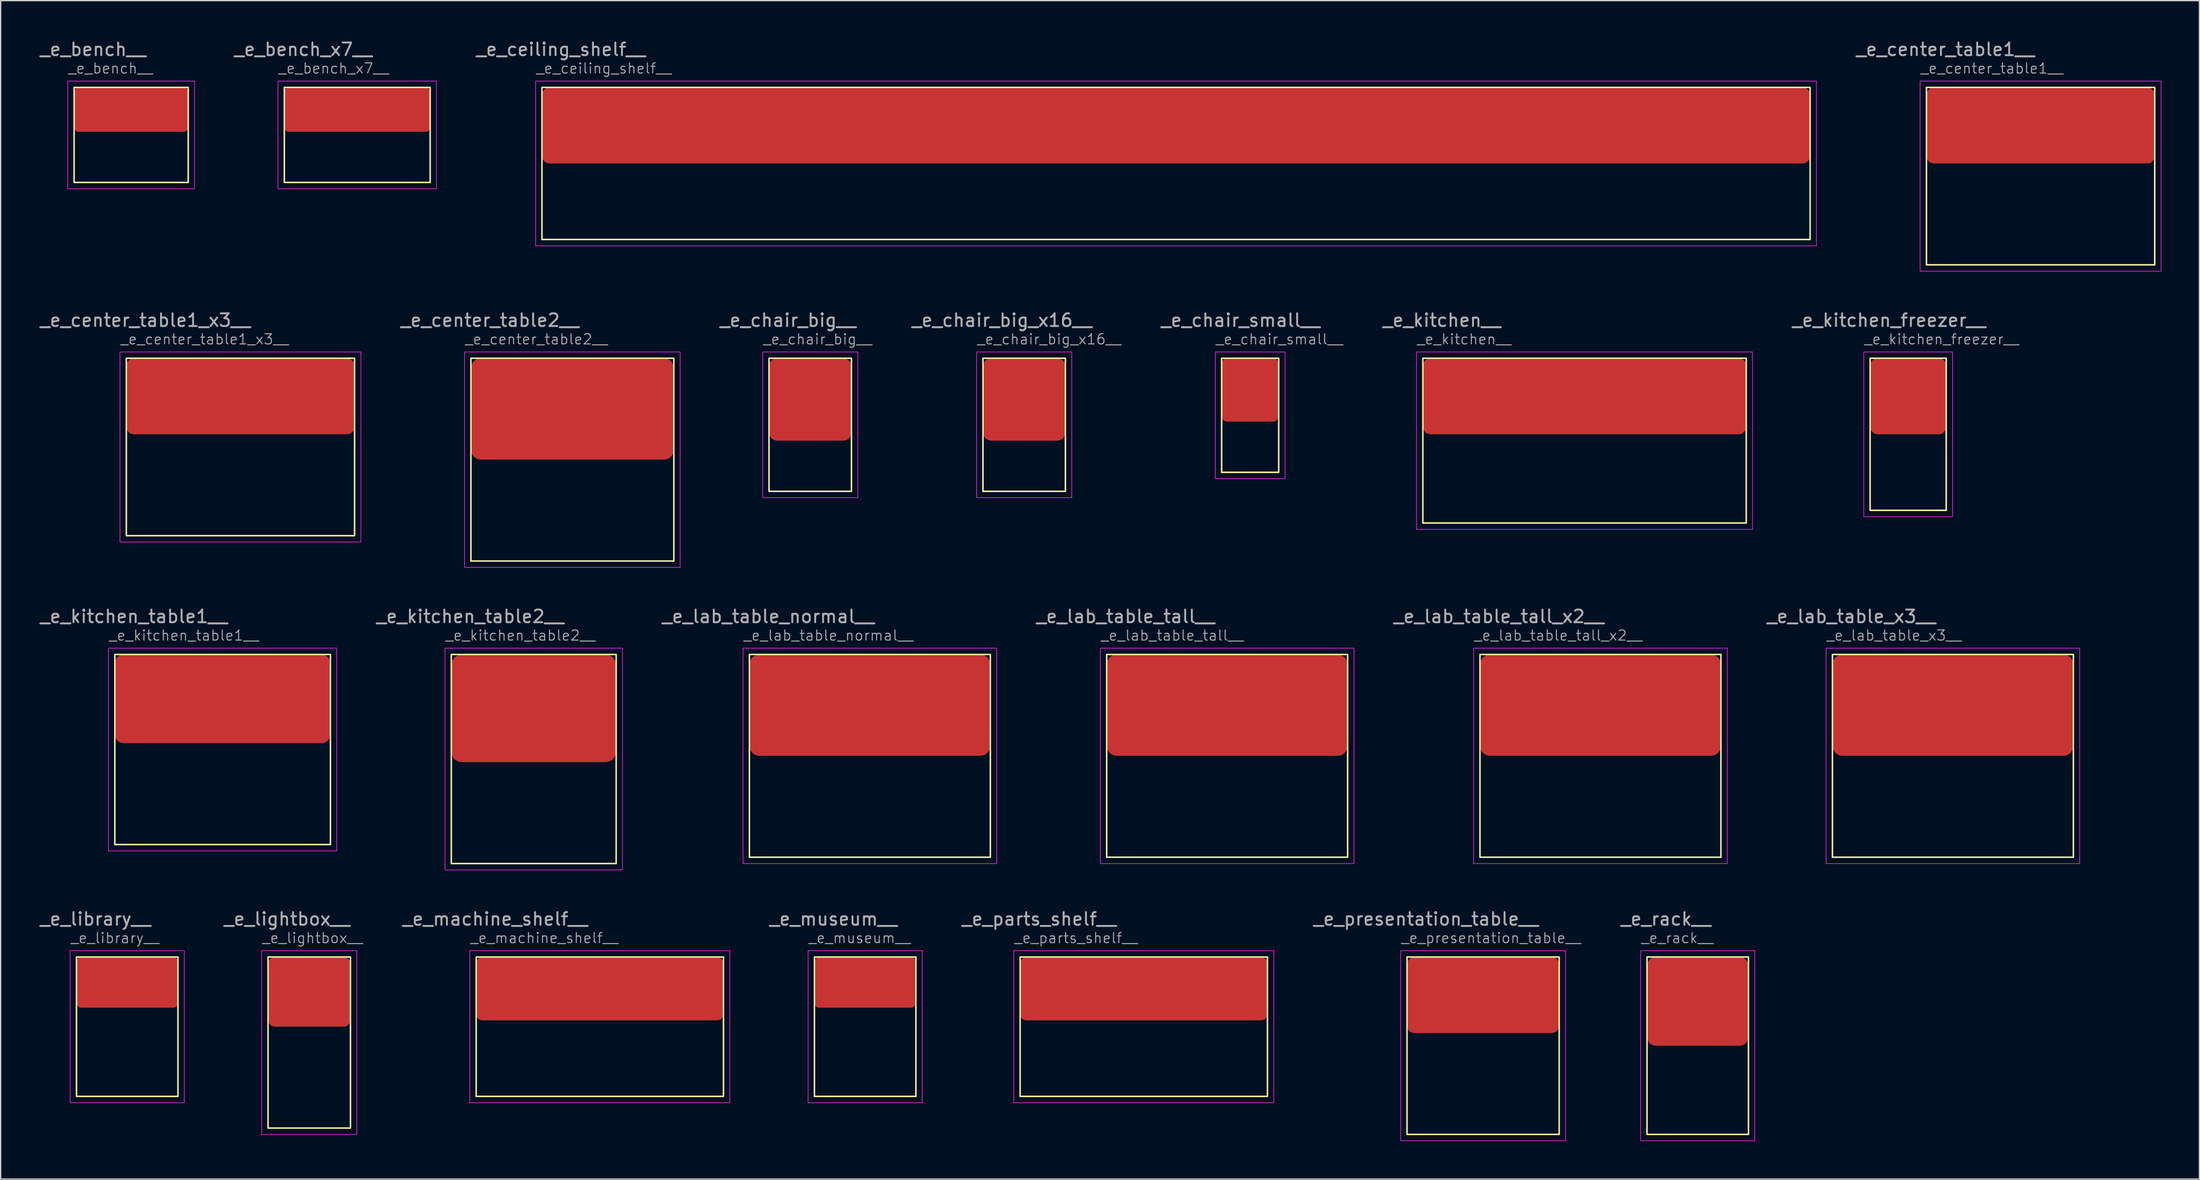
<source format=kicad_pcb>
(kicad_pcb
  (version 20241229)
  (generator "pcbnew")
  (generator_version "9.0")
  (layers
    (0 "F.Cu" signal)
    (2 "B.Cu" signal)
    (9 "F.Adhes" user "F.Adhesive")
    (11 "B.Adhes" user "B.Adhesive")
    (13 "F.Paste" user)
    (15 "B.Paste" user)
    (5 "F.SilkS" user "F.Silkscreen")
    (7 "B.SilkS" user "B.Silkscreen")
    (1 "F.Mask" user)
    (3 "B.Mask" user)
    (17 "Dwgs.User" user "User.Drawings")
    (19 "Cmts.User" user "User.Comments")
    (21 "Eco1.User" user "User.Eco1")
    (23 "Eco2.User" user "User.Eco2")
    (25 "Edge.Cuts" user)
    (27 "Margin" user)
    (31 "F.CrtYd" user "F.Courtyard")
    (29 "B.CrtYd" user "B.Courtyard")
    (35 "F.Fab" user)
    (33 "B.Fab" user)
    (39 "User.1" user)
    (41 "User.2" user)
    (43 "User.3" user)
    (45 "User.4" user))
  (footprint "_e_lab_table_tall__"
    (layer "F.Cu")
    (at 84.218 48.595)
    (property "Reference" "_e_lab_table_tall__" (at -0.5 -1.5 0) (unlocked yes) (layer "F.Fab") (effects (font (size 0.8 0.8) (thickness 0.08)) (justify left)))
    (attr smd)
    (fp_rect (start 0 0) (end 19 16) (stroke (width 0.12) (type solid)) (fill no) (layer "F.SilkS"))
    (fp_rect (start -0.5 -0.5) (end 19.5 16.5) (stroke (width 0.05) (type solid)) (fill no) (layer "F.CrtYd"))
    (fp_text user "${REFERENCE}" (at 1.5 -3 0) (unlocked yes) (layer "F.Fab") (effects (font (size 1 1) (thickness 0.15))))
    (pad "1" smd roundrect (at 9.5 4) (size 19 8) (layers "F.Cu" "F.Mask" "F.Paste") (roundrect_rratio 0.1)))
  (footprint "_e_kitchen_table2__"
    (layer "F.Cu")
    (at 32.537 48.595)
    (property "Reference" "_e_kitchen_table2__" (at -0.5 -1.5 0) (unlocked yes) (layer "F.Fab") (effects (font (size 0.8 0.8) (thickness 0.08)) (justify left)))
    (attr smd)
    (fp_rect (start 0 0) (end 13 16.5) (stroke (width 0.12) (type solid)) (fill no) (layer "F.SilkS"))
    (fp_rect (start -0.5 -0.5) (end 13.5 17) (stroke (width 0.05) (type solid)) (fill no) (layer "F.CrtYd"))
    (fp_text user "${REFERENCE}" (at 1.5 -3 0) (unlocked yes) (layer "F.Fab") (effects (font (size 1 1) (thickness 0.15))))
    (pad "1" smd roundrect (at 6.5 4.25) (size 13 8.5) (layers "F.Cu" "F.Mask" "F.Paste") (roundrect_rratio 0.1)))
  (footprint "_e_center_table1_x3__"
    (layer "F.Cu")
    (at 6.911 25.221)
    (property "Reference" "_e_center_table1_x3__" (at -0.5 -1.5 0) (unlocked yes) (layer "F.Fab") (effects (font (size 0.8 0.8) (thickness 0.08)) (justify left)))
    (attr smd)
    (fp_rect (start 0 0) (end 18 14) (stroke (width 0.12) (type solid)) (fill no) (layer "F.SilkS"))
    (fp_rect (start -0.5 -0.5) (end 18.5 14.5) (stroke (width 0.05) (type solid)) (fill no) (layer "F.CrtYd"))
    (fp_text user "${REFERENCE}" (at 1.5 -3 0) (unlocked yes) (layer "F.Fab") (effects (font (size 1 1) (thickness 0.15))))
    (pad "1" smd roundrect (at 9 3) (size 18 6) (layers "F.Cu" "F.Mask" "F.Paste") (roundrect_rratio 0.1)))
  (footprint "_e_ceiling_shelf__"
    (layer "F.Cu")
    (at 39.687 3.848)
    (property "Reference" "_e_ceiling_shelf__" (at -0.5 -1.5 0) (unlocked yes) (layer "F.Fab") (effects (font (size 0.8 0.8) (thickness 0.08)) (justify left)))
    (attr smd)
    (fp_rect (start 0 0) (end 100 12) (stroke (width 0.12) (type solid)) (fill no) (layer "F.SilkS"))
    (fp_rect (start -0.5 -0.5) (end 100.5 12.5) (stroke (width 0.05) (type solid)) (fill no) (layer "F.CrtYd"))
    (fp_text user "${REFERENCE}" (at 1.5 -3 0) (unlocked yes) (layer "F.Fab") (effects (font (size 1 1) (thickness 0.15))))
    (pad "1" smd roundrect (at 50 3) (size 100 6) (layers "F.Cu" "F.Mask" "F.Paste") (roundrect_rratio 0.1)))
  (footprint "_e_lightbox__"
    (layer "F.Cu")
    (at 18.085 72.468)
    (property "Reference" "_e_lightbox__" (at -0.5 -1.5 0) (unlocked yes) (layer "F.Fab") (effects (font (size 0.8 0.8) (thickness 0.08)) (justify left)))
    (attr smd)
    (fp_rect (start 0 0) (end 6.5 13.5) (stroke (width 0.12) (type solid)) (fill no) (layer "F.SilkS"))
    (fp_rect (start -0.5 -0.5) (end 7 14) (stroke (width 0.05) (type solid)) (fill no) (layer "F.CrtYd"))
    (fp_text user "${REFERENCE}" (at 1.5 -3 0) (unlocked yes) (layer "F.Fab") (effects (font (size 1 1) (thickness 0.15))))
    (pad "1" smd roundrect (at 3.25 2.75) (size 6.5 5.5) (layers "F.Cu" "F.Mask" "F.Paste") (roundrect_rratio 0.1)))
  (footprint "_e_presentation_table__"
    (layer "F.Cu")
    (at 107.901 72.468)
    (property "Reference" "_e_presentation_table__" (at -0.5 -1.5 0) (unlocked yes) (layer "F.Fab") (effects (font (size 0.8 0.8) (thickness 0.08)) (justify left)))
    (attr smd)
    (fp_rect (start 0 0) (end 12 14) (stroke (width 0.12) (type solid)) (fill no) (layer "F.SilkS"))
    (fp_rect (start -0.5 -0.5) (end 12.5 14.5) (stroke (width 0.05) (type solid)) (fill no) (layer "F.CrtYd"))
    (fp_text user "${REFERENCE}" (at 1.5 -3 0) (unlocked yes) (layer "F.Fab") (effects (font (size 1 1) (thickness 0.15))))
    (pad "1" smd roundrect (at 6 3) (size 12 6) (layers "F.Cu" "F.Mask" "F.Paste") (roundrect_rratio 0.1)))
  (footprint "_e_center_table2__"
    (layer "F.Cu")
    (at 34.085 25.221)
    (property "Reference" "_e_center_table2__" (at -0.5 -1.5 0) (unlocked yes) (layer "F.Fab") (effects (font (size 0.8 0.8) (thickness 0.08)) (justify left)))
    (attr smd)
    (fp_rect (start 0 0) (end 16 16) (stroke (width 0.12) (type solid)) (fill no) (layer "F.SilkS"))
    (fp_rect (start -0.5 -0.5) (end 16.5 16.5) (stroke (width 0.05) (type solid)) (fill no) (layer "F.CrtYd"))
    (fp_text user "${REFERENCE}" (at 1.5 -3 0) (unlocked yes) (layer "F.Fab") (effects (font (size 1 1) (thickness 0.15))))
    (pad "1" smd roundrect (at 8 4) (size 16 8) (layers "F.Cu" "F.Mask" "F.Paste") (roundrect_rratio 0.1)))
  (footprint "_e_chair_small__"
    (layer "F.Cu")
    (at 93.283 25.221)
    (property "Reference" "_e_chair_small__" (at -0.5 -1.5 0) (unlocked yes) (layer "F.Fab") (effects (font (size 0.8 0.8) (thickness 0.08)) (justify left)))
    (attr smd)
    (fp_rect (start 0 0) (end 4.5 9) (stroke (width 0.12) (type solid)) (fill no) (layer "F.SilkS"))
    (fp_rect (start -0.5 -0.5) (end 5 9.5) (stroke (width 0.05) (type solid)) (fill no) (layer "F.CrtYd"))
    (fp_text user "${REFERENCE}" (at 1.5 -3 0) (unlocked yes) (layer "F.Fab") (effects (font (size 1 1) (thickness 0.15))))
    (pad "1" smd roundrect (at 2.25 2.5) (size 4.5 5) (layers "F.Cu" "F.Mask" "F.Paste") (roundrect_rratio 0.1)))
  (footprint "_e_center_table1__"
    (layer "F.Cu")
    (at 148.861 3.848)
    (property "Reference" "_e_center_table1__" (at -0.5 -1.5 0) (unlocked yes) (layer "F.Fab") (effects (font (size 0.8 0.8) (thickness 0.08)) (justify left)))
    (attr smd)
    (fp_rect (start 0 0) (end 18 14) (stroke (width 0.12) (type solid)) (fill no) (layer "F.SilkS"))
    (fp_rect (start -0.5 -0.5) (end 18.5 14.5) (stroke (width 0.05) (type solid)) (fill no) (layer "F.CrtYd"))
    (fp_text user "${REFERENCE}" (at 1.5 -3 0) (unlocked yes) (layer "F.Fab") (effects (font (size 1 1) (thickness 0.15))))
    (pad "1" smd roundrect (at 9 3) (size 18 6) (layers "F.Cu" "F.Mask" "F.Paste") (roundrect_rratio 0.1)))
  (footprint "_e_kitchen_table1__"
    (layer "F.Cu")
    (at 6.006 48.595)
    (property "Reference" "_e_kitchen_table1__" (at -0.5 -1.5 0) (unlocked yes) (layer "F.Fab") (effects (font (size 0.8 0.8) (thickness 0.08)) (justify left)))
    (attr smd)
    (fp_rect (start 0 0) (end 17 15) (stroke (width 0.12) (type solid)) (fill no) (layer "F.SilkS"))
    (fp_rect (start -0.5 -0.5) (end 17.5 15.5) (stroke (width 0.05) (type solid)) (fill no) (layer "F.CrtYd"))
    (fp_text user "${REFERENCE}" (at 1.5 -3 0) (unlocked yes) (layer "F.Fab") (effects (font (size 1 1) (thickness 0.15))))
    (pad "1" smd roundrect (at 8.5 3.5) (size 17 7) (layers "F.Cu" "F.Mask" "F.Paste") (roundrect_rratio 0.1)))
  (footprint "_e_rack__"
    (layer "F.Cu")
    (at 126.825 72.468)
    (property "Reference" "_e_rack__" (at -0.5 -1.5 0) (unlocked yes) (layer "F.Fab") (effects (font (size 0.8 0.8) (thickness 0.08)) (justify left)))
    (attr smd)
    (fp_rect (start 0 0) (end 8 14) (stroke (width 0.12) (type solid)) (fill no) (layer "F.SilkS"))
    (fp_rect (start -0.5 -0.5) (end 8.5 14.5) (stroke (width 0.05) (type solid)) (fill no) (layer "F.CrtYd"))
    (fp_text user "${REFERENCE}" (at 1.5 -3 0) (unlocked yes) (layer "F.Fab") (effects (font (size 1 1) (thickness 0.15))))
    (pad "1" smd roundrect (at 4 3.5) (size 8 7) (layers "F.Cu" "F.Mask" "F.Paste") (roundrect_rratio 0.1)))
  (footprint "_e_kitchen_freezer__"
    (layer "F.Cu")
    (at 144.419 25.221)
    (property "Reference" "_e_kitchen_freezer__" (at -0.5 -1.5 0) (unlocked yes) (layer "F.Fab") (effects (font (size 0.8 0.8) (thickness 0.08)) (justify left)))
    (attr smd)
    (fp_rect (start 0 0) (end 6 12) (stroke (width 0.12) (type solid)) (fill no) (layer "F.SilkS"))
    (fp_rect (start -0.5 -0.5) (end 6.5 12.5) (stroke (width 0.05) (type solid)) (fill no) (layer "F.CrtYd"))
    (fp_text user "${REFERENCE}" (at 1.5 -3 0) (unlocked yes) (layer "F.Fab") (effects (font (size 1 1) (thickness 0.15))))
    (pad "1" smd roundrect (at 3 3) (size 6 6) (layers "F.Cu" "F.Mask" "F.Paste") (roundrect_rratio 0.1)))
  (footprint "_e_library__"
    (layer "F.Cu")
    (at 2.982 72.468)
    (property "Reference" "_e_library__" (at -0.5 -1.5 0) (unlocked yes) (layer "F.Fab") (effects (font (size 0.8 0.8) (thickness 0.08)) (justify left)))
    (attr smd)
    (fp_rect (start 0 0) (end 8 11) (stroke (width 0.12) (type solid)) (fill no) (layer "F.SilkS"))
    (fp_rect (start -0.5 -0.5) (end 8.5 11.5) (stroke (width 0.05) (type solid)) (fill no) (layer "F.CrtYd"))
    (fp_text user "${REFERENCE}" (at 1.5 -3 0) (unlocked yes) (layer "F.Fab") (effects (font (size 1 1) (thickness 0.15))))
    (pad "1" smd roundrect (at 4 2) (size 8 4) (layers "F.Cu" "F.Mask" "F.Paste") (roundrect_rratio 0.1)))
  (footprint "_e_parts_shelf__"
    (layer "F.Cu")
    (at 77.394 72.468)
    (property "Reference" "_e_parts_shelf__" (at -0.5 -1.5 0) (unlocked yes) (layer "F.Fab") (effects (font (size 0.8 0.8) (thickness 0.08)) (justify left)))
    (attr smd)
    (fp_rect (start 0 0) (end 19.5 11) (stroke (width 0.12) (type solid)) (fill no) (layer "F.SilkS"))
    (fp_rect (start -0.5 -0.5) (end 20 11.5) (stroke (width 0.05) (type solid)) (fill no) (layer "F.CrtYd"))
    (fp_text user "${REFERENCE}" (at 1.5 -3 0) (unlocked yes) (layer "F.Fab") (effects (font (size 1 1) (thickness 0.15))))
    (pad "1" smd roundrect (at 9.75 2.5) (size 19.5 5) (layers "F.Cu" "F.Mask" "F.Paste") (roundrect_rratio 0.1)))
  (footprint "_e_lab_table_x3__"
    (layer "F.Cu")
    (at 141.446 48.595)
    (property "Reference" "_e_lab_table_x3__" (at -0.5 -1.5 0) (unlocked yes) (layer "F.Fab") (effects (font (size 0.8 0.8) (thickness 0.08)) (justify left)))
    (attr smd)
    (fp_rect (start 0 0) (end 19 16) (stroke (width 0.12) (type solid)) (fill no) (layer "F.SilkS"))
    (fp_rect (start -0.5 -0.5) (end 19.5 16.5) (stroke (width 0.05) (type solid)) (fill no) (layer "F.CrtYd"))
    (fp_text user "${REFERENCE}" (at 1.5 -3 0) (unlocked yes) (layer "F.Fab") (effects (font (size 1 1) (thickness 0.15))))
    (pad "1" smd roundrect (at 9.5 4) (size 19 8) (layers "F.Cu" "F.Mask" "F.Paste") (roundrect_rratio 0.1)))
  (footprint "_e_chair_big_x16__"
    (layer "F.Cu")
    (at 74.463 25.221)
    (property "Reference" "_e_chair_big_x16__" (at -0.5 -1.5 0) (unlocked yes) (layer "F.Fab") (effects (font (size 0.8 0.8) (thickness 0.08)) (justify left)))
    (attr smd)
    (fp_rect (start 0 0) (end 6.5 10.5) (stroke (width 0.12) (type solid)) (fill no) (layer "F.SilkS"))
    (fp_rect (start -0.5 -0.5) (end 7 11) (stroke (width 0.05) (type solid)) (fill no) (layer "F.CrtYd"))
    (fp_text user "${REFERENCE}" (at 1.5 -3 0) (unlocked yes) (layer "F.Fab") (effects (font (size 1 1) (thickness 0.15))))
    (pad "1" smd roundrect (at 3.25 3.25) (size 6.5 6.5) (layers "F.Cu" "F.Mask" "F.Paste") (roundrect_rratio 0.1)))
  (footprint "_e_museum__"
    (layer "F.Cu")
    (at 61.173 72.468)
    (property "Reference" "_e_museum__" (at -0.5 -1.5 0) (unlocked yes) (layer "F.Fab") (effects (font (size 0.8 0.8) (thickness 0.08)) (justify left)))
    (attr smd)
    (fp_rect (start 0 0) (end 8 11) (stroke (width 0.12) (type solid)) (fill no) (layer "F.SilkS"))
    (fp_rect (start -0.5 -0.5) (end 8.5 11.5) (stroke (width 0.05) (type solid)) (fill no) (layer "F.CrtYd"))
    (fp_text user "${REFERENCE}" (at 1.5 -3 0) (unlocked yes) (layer "F.Fab") (effects (font (size 1 1) (thickness 0.15))))
    (pad "1" smd roundrect (at 4 2) (size 8 4) (layers "F.Cu" "F.Mask" "F.Paste") (roundrect_rratio 0.1)))
  (footprint "_e_chair_big__"
    (layer "F.Cu")
    (at 57.592 25.221)
    (property "Reference" "_e_chair_big__" (at -0.5 -1.5 0) (unlocked yes) (layer "F.Fab") (effects (font (size 0.8 0.8) (thickness 0.08)) (justify left)))
    (attr smd)
    (fp_rect (start 0 0) (end 6.5 10.5) (stroke (width 0.12) (type solid)) (fill no) (layer "F.SilkS"))
    (fp_rect (start -0.5 -0.5) (end 7 11) (stroke (width 0.05) (type solid)) (fill no) (layer "F.CrtYd"))
    (fp_text user "${REFERENCE}" (at 1.5 -3 0) (unlocked yes) (layer "F.Fab") (effects (font (size 1 1) (thickness 0.15))))
    (pad "1" smd roundrect (at 3.25 3.25) (size 6.5 6.5) (layers "F.Cu" "F.Mask" "F.Paste") (roundrect_rratio 0.1)))
  (footprint "_e_machine_shelf__"
    (layer "F.Cu")
    (at 34.499 72.468)
    (property "Reference" "_e_machine_shelf__" (at -0.5 -1.5 0) (unlocked yes) (layer "F.Fab") (effects (font (size 0.8 0.8) (thickness 0.08)) (justify left)))
    (attr smd)
    (fp_rect (start 0 0) (end 19.5 11) (stroke (width 0.12) (type solid)) (fill no) (layer "F.SilkS"))
    (fp_rect (start -0.5 -0.5) (end 20 11.5) (stroke (width 0.05) (type solid)) (fill no) (layer "F.CrtYd"))
    (fp_text user "${REFERENCE}" (at 1.5 -3 0) (unlocked yes) (layer "F.Fab") (effects (font (size 1 1) (thickness 0.15))))
    (pad "1" smd roundrect (at 9.75 2.5) (size 19.5 5) (layers "F.Cu" "F.Mask" "F.Paste") (roundrect_rratio 0.1)))
  (footprint "_e_lab_table_tall_x2__"
    (layer "F.Cu")
    (at 113.654 48.595)
    (property "Reference" "_e_lab_table_tall_x2__" (at -0.5 -1.5 0) (unlocked yes) (layer "F.Fab") (effects (font (size 0.8 0.8) (thickness 0.08)) (justify left)))
    (attr smd)
    (fp_rect (start 0 0) (end 19 16) (stroke (width 0.12) (type solid)) (fill no) (layer "F.SilkS"))
    (fp_rect (start -0.5 -0.5) (end 19.5 16.5) (stroke (width 0.05) (type solid)) (fill no) (layer "F.CrtYd"))
    (fp_text user "${REFERENCE}" (at 1.5 -3 0) (unlocked yes) (layer "F.Fab") (effects (font (size 1 1) (thickness 0.15))))
    (pad "1" smd roundrect (at 9.5 4) (size 19 8) (layers "F.Cu" "F.Mask" "F.Paste") (roundrect_rratio 0.1)))
  (footprint "_e_lab_table_normal__"
    (layer "F.Cu")
    (at 56.044 48.595)
    (property "Reference" "_e_lab_table_normal__" (at -0.5 -1.5 0) (unlocked yes) (layer "F.Fab") (effects (font (size 0.8 0.8) (thickness 0.08)) (justify left)))
    (attr smd)
    (fp_rect (start 0 0) (end 19 16) (stroke (width 0.12) (type solid)) (fill no) (layer "F.SilkS"))
    (fp_rect (start -0.5 -0.5) (end 19.5 16.5) (stroke (width 0.05) (type solid)) (fill no) (layer "F.CrtYd"))
    (fp_text user "${REFERENCE}" (at 1.5 -3 0) (unlocked yes) (layer "F.Fab") (effects (font (size 1 1) (thickness 0.15))))
    (pad "1" smd roundrect (at 9.5 4) (size 19 8) (layers "F.Cu" "F.Mask" "F.Paste") (roundrect_rratio 0.1)))
  (footprint "_e_bench__"
    (layer "F.Cu")
    (at 2.792 3.848)
    (property "Reference" "_e_bench__" (at -0.5 -1.5 0) (unlocked yes) (layer "F.Fab") (effects (font (size 0.8 0.8) (thickness 0.08)) (justify left)))
    (attr smd)
    (fp_rect (start 0 0) (end 9 7.5) (stroke (width 0.12) (type solid)) (fill no) (layer "F.SilkS"))
    (fp_rect (start -0.5 -0.5) (end 9.5 8) (stroke (width 0.05) (type solid)) (fill no) (layer "F.CrtYd"))
    (fp_text user "${REFERENCE}" (at 1.5 -3 0) (unlocked yes) (layer "F.Fab") (effects (font (size 1 1) (thickness 0.15))))
    (pad "1" smd roundrect (at 4.5 1.75) (size 9 3.5) (layers "F.Cu" "F.Mask" "F.Paste") (roundrect_rratio 0.1)))
  (footprint "_e_bench_x7__"
    (layer "F.Cu")
    (at 19.37 3.848)
    (property "Reference" "_e_bench_x7__" (at -0.5 -1.5 0) (unlocked yes) (layer "F.Fab") (effects (font (size 0.8 0.8) (thickness 0.08)) (justify left)))
    (attr smd)
    (fp_rect (start 0 0) (end 11.5 7.5) (stroke (width 0.12) (type solid)) (fill no) (layer "F.SilkS"))
    (fp_rect (start -0.5 -0.5) (end 12 8) (stroke (width 0.05) (type solid)) (fill no) (layer "F.CrtYd"))
    (fp_text user "${REFERENCE}" (at 1.5 -3 0) (unlocked yes) (layer "F.Fab") (effects (font (size 1 1) (thickness 0.15))))
    (pad "1" smd roundrect (at 5.75 1.75) (size 11.5 3.5) (layers "F.Cu" "F.Mask" "F.Paste") (roundrect_rratio 0.1)))
  (footprint "_e_kitchen__"
    (layer "F.Cu")
    (at 109.15 25.221)
    (property "Reference" "_e_kitchen__" (at -0.5 -1.5 0) (unlocked yes) (layer "F.Fab") (effects (font (size 0.8 0.8) (thickness 0.08)) (justify left)))
    (attr smd)
    (fp_rect (start 0 0) (end 25.5 13) (stroke (width 0.12) (type solid)) (fill no) (layer "F.SilkS"))
    (fp_rect (start -0.5 -0.5) (end 26 13.5) (stroke (width 0.05) (type solid)) (fill no) (layer "F.CrtYd"))
    (fp_text user "${REFERENCE}" (at 1.5 -3 0) (unlocked yes) (layer "F.Fab") (effects (font (size 1 1) (thickness 0.15))))
    (pad "1" smd roundrect (at 12.75 3) (size 25.5 6) (layers "F.Cu" "F.Mask" "F.Paste") (roundrect_rratio 0.1)))
  (gr_rect
    (start -3 -3)
    (end 170.386 89.993)
    (stroke (width 0.1) (type default))
    (fill no)
    (layer "Edge.Cuts")))
</source>
